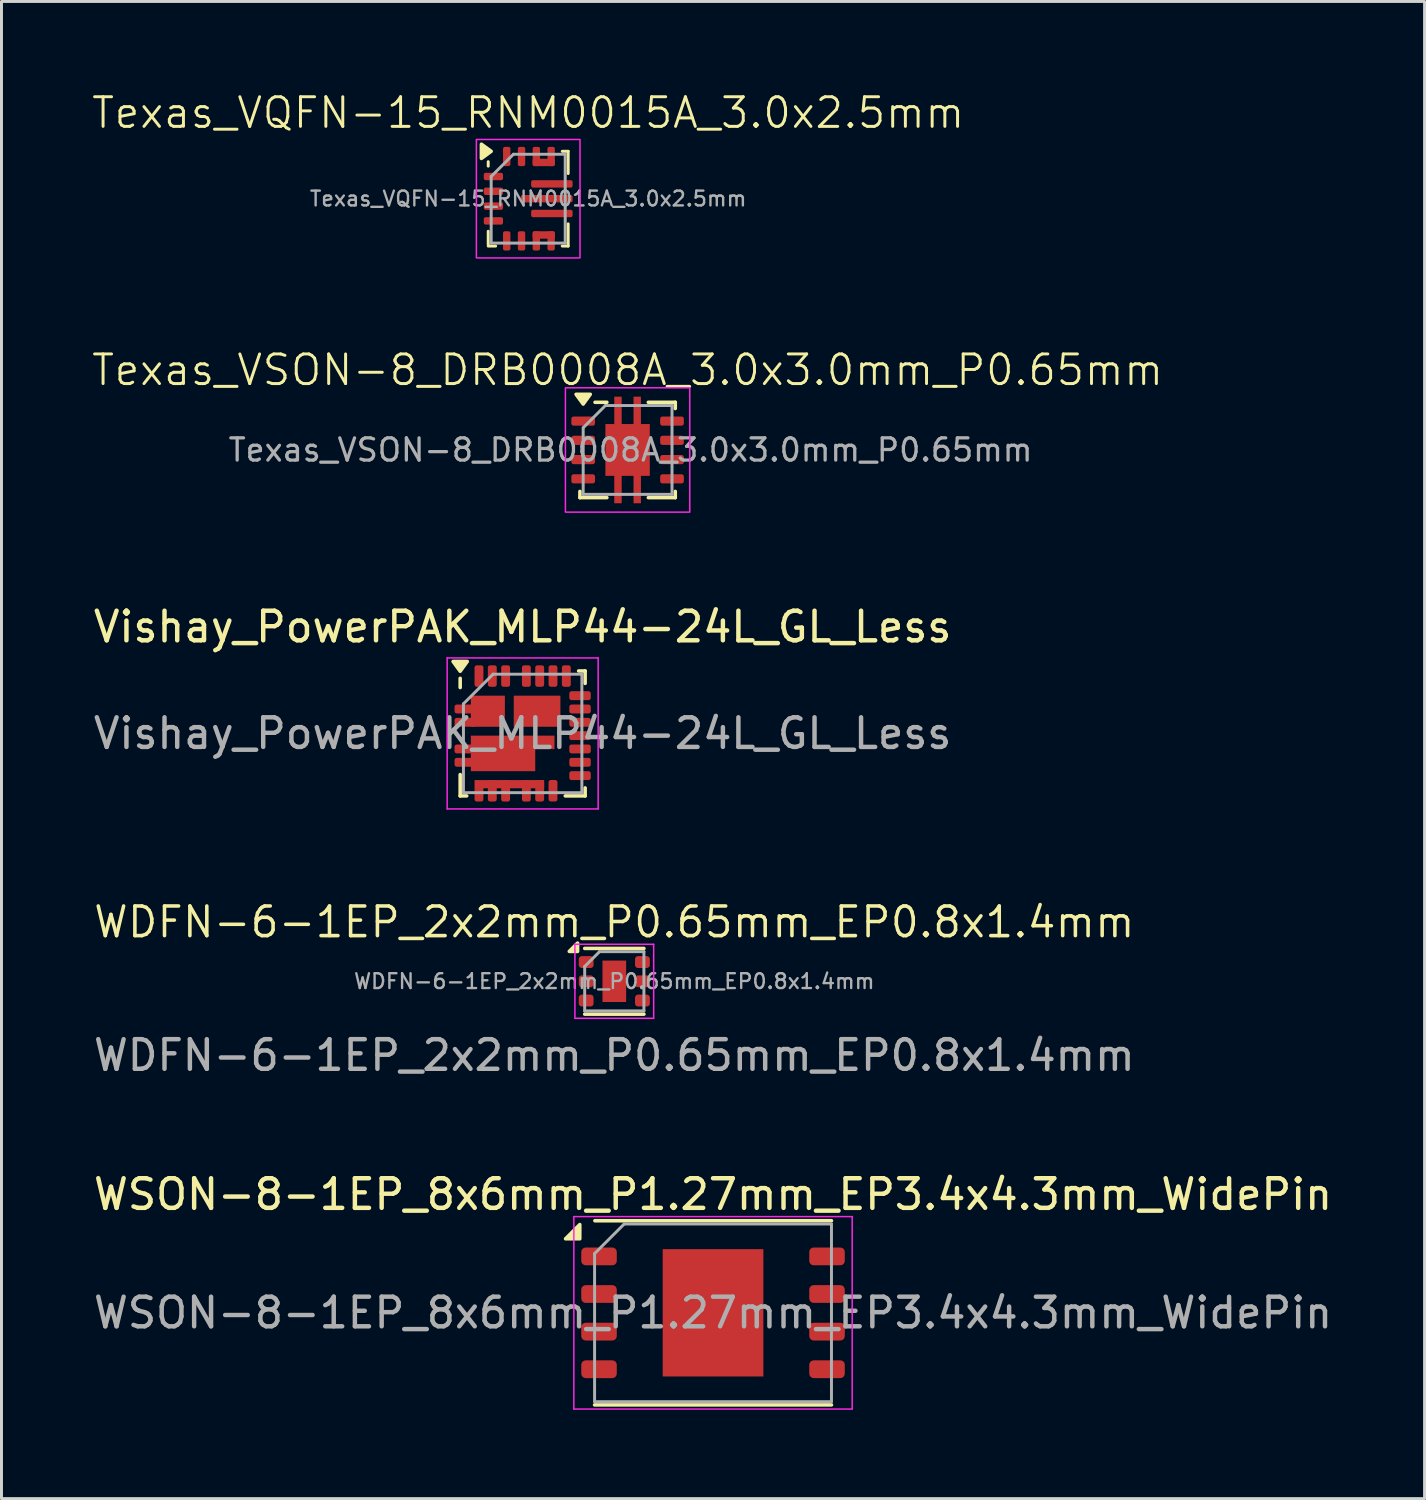
<source format=kicad_pcb>
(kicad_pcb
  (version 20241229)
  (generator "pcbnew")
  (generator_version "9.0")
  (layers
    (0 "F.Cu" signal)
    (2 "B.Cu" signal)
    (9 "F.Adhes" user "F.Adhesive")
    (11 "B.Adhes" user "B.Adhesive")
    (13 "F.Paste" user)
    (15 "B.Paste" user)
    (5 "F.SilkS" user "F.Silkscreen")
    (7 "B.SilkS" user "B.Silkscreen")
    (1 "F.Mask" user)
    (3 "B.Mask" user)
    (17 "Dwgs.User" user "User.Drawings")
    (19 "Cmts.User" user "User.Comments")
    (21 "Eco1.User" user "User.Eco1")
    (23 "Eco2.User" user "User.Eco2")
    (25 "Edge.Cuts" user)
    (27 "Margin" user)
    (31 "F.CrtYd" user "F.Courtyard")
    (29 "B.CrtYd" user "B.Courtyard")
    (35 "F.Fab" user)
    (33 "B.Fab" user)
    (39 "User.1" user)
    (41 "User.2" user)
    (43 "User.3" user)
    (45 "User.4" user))
  (footprint "WDFN-6-1EP_2x2mm_P0.65mm_EP0.8x1.4mm"
    (layer "F.Cu")
    (at 17.696 30.09)
    (property "Reference" "WDFN-6-1EP_2x2mm_P0.65mm_EP0.8x1.4mm" (at 0 -2 0) (unlocked yes) (layer "F.SilkS") (effects (font (size 1 1) (thickness 0.12))))
    (attr smd)
    (fp_line (start -1 -1.11) (end 1 -1.11) (stroke (width 0.12) (type solid)) (layer "F.SilkS"))
    (fp_line (start -1 1.11) (end 1 1.11) (stroke (width 0.12) (type solid)) (layer "F.SilkS"))
    (fp_poly (pts (xy -1.24 -1.01) (xy -1.52 -1.01) (xy -1.24 -1.29) (xy -1.24 -1.01)) (stroke (width 0.12) (type solid)) (fill yes) (layer "F.SilkS"))
    (fp_line (start -1.33 -1.25) (end -1.33 1.25) (stroke (width 0.05) (type solid)) (layer "F.CrtYd"))
    (fp_line (start -1.33 1.25) (end 1.33 1.25) (stroke (width 0.05) (type solid)) (layer "F.CrtYd"))
    (fp_line (start 1.33 -1.25) (end -1.33 -1.25) (stroke (width 0.05) (type solid)) (layer "F.CrtYd"))
    (fp_line (start 1.33 1.25) (end 1.33 -1.25) (stroke (width 0.05) (type solid)) (layer "F.CrtYd"))
    (fp_line (start -1 -0.5) (end -0.5 -1) (stroke (width 0.1) (type solid)) (layer "F.Fab"))
    (fp_line (start -1 1) (end -1 -0.5) (stroke (width 0.1) (type solid)) (layer "F.Fab"))
    (fp_line (start -0.5 -1) (end 1 -1) (stroke (width 0.1) (type solid)) (layer "F.Fab"))
    (fp_line (start 1 -1) (end 1 1) (stroke (width 0.1) (type solid)) (layer "F.Fab"))
    (fp_line (start 1 1) (end -1 1) (stroke (width 0.1) (type solid)) (layer "F.Fab"))
    (fp_text user "${REFERENCE}" (at 0 0 0) (layer "F.Fab") (effects (font (size 0.5 0.5) (thickness 0.08))))
    (fp_text user "${REFERENCE}" (at 0 2.5 0) (unlocked yes) (layer "F.Fab") (effects (font (size 1 1) (thickness 0.15))))
    (pad "1" smd roundrect (at -0.95 -0.65) (size 0.5 0.4) (layers "F.Cu" "F.Mask" "F.Paste") (roundrect_rratio 0.25))
    (pad "2" smd roundrect (at -0.95 0) (size 0.5 0.4) (layers "F.Cu" "F.Mask" "F.Paste") (roundrect_rratio 0.25))
    (pad "3" smd roundrect (at -0.95 0.65) (size 0.5 0.4) (layers "F.Cu" "F.Mask" "F.Paste") (roundrect_rratio 0.25))
    (pad "4" smd roundrect (at 0.95 0.65) (size 0.5 0.4) (layers "F.Cu" "F.Mask" "F.Paste") (roundrect_rratio 0.25))
    (pad "5" smd roundrect (at 0.95 0) (size 0.5 0.4) (layers "F.Cu" "F.Mask" "F.Paste") (roundrect_rratio 0.25))
    (pad "6" smd roundrect (at 0.95 -0.65) (size 0.5 0.4) (layers "F.Cu" "F.Mask" "F.Paste") (roundrect_rratio 0.25))
    (pad "7" smd rect (at 0 0) (size 0.8 1.4) (property pad_prop_heatsink) (layers "F.Cu" "F.Mask")))
  (footprint "WSON-8-1EP_8x6mm_P1.27mm_EP3.4x4.3mm_WidePin"
    (layer "F.Cu")
    (at 21.03 41.286)
    (property "Reference" "WSON-8-1EP_8x6mm_P1.27mm_EP3.4x4.3mm_WidePin" (at 0 -4 0) (unlocked yes) (layer "F.SilkS") (effects (font (size 1 1) (thickness 0.15))))
    (attr smd)
    (fp_line (start -4 3.11) (end 4 3.11) (stroke (width 0.12) (type solid)) (layer "F.SilkS"))
    (fp_line (start -3.99 -3.11) (end 4 -3.11) (stroke (width 0.12) (type solid)) (layer "F.SilkS"))
    (fp_poly (pts (xy -4.5 -2.5) (xy -4.98 -2.5) (xy -4.5 -2.98) (xy -4.5 -2.5)) (stroke (width 0.12) (type solid)) (fill yes) (layer "F.SilkS"))
    (fp_line (start -4.7 -3.25) (end -4.7 3.25) (stroke (width 0.05) (type solid)) (layer "F.CrtYd"))
    (fp_line (start -4.7 3.25) (end 4.7 3.25) (stroke (width 0.05) (type solid)) (layer "F.CrtYd"))
    (fp_line (start 4.7 -3.25) (end -4.7 -3.25) (stroke (width 0.05) (type solid)) (layer "F.CrtYd"))
    (fp_line (start 4.7 3.25) (end 4.7 -3.25) (stroke (width 0.05) (type solid)) (layer "F.CrtYd"))
    (fp_line (start -4 -2) (end -3 -3) (stroke (width 0.1) (type solid)) (layer "F.Fab"))
    (fp_line (start -4 3) (end -4 -2) (stroke (width 0.1) (type solid)) (layer "F.Fab"))
    (fp_line (start -3 -3) (end 4 -3) (stroke (width 0.1) (type solid)) (layer "F.Fab"))
    (fp_line (start 4 -3) (end 4 3) (stroke (width 0.1) (type solid)) (layer "F.Fab"))
    (fp_line (start 4 3) (end -4 3) (stroke (width 0.1) (type solid)) (layer "F.Fab"))
    (fp_text user "${REFERENCE}" (at 0 0 0) (layer "F.Fab") (effects (font (size 1 1) (thickness 0.15))))
    (pad "" smd roundrect (at -0.85 -1.075) (size 1.37 1.73) (layers "F.Paste") (roundrect_rratio 0.182))
    (pad "" smd roundrect (at -0.85 1.075) (size 1.37 1.73) (layers "F.Paste") (roundrect_rratio 0.182))
    (pad "" smd roundrect (at 0.85 -1.075) (size 1.37 1.73) (layers "F.Paste") (roundrect_rratio 0.182))
    (pad "" smd roundrect (at 0.85 1.075) (size 1.37 1.73) (layers "F.Paste") (roundrect_rratio 0.182))
    (pad "1" smd roundrect (at -3.85 -1.905) (size 1.2 0.6) (layers "F.Cu" "F.Mask" "F.Paste") (roundrect_rratio 0.25))
    (pad "2" smd roundrect (at -3.85 -0.635) (size 1.2 0.6) (layers "F.Cu" "F.Mask" "F.Paste") (roundrect_rratio 0.25))
    (pad "3" smd roundrect (at -3.85 0.635) (size 1.2 0.6) (layers "F.Cu" "F.Mask" "F.Paste") (roundrect_rratio 0.25))
    (pad "4" smd roundrect (at -3.85 1.905) (size 1.2 0.6) (layers "F.Cu" "F.Mask" "F.Paste") (roundrect_rratio 0.25))
    (pad "5" smd roundrect (at 3.85 1.905) (size 1.2 0.6) (layers "F.Cu" "F.Mask" "F.Paste") (roundrect_rratio 0.25))
    (pad "6" smd roundrect (at 3.85 0.635) (size 1.2 0.6) (layers "F.Cu" "F.Mask" "F.Paste") (roundrect_rratio 0.25))
    (pad "7" smd roundrect (at 3.85 -0.635) (size 1.2 0.6) (layers "F.Cu" "F.Mask" "F.Paste") (roundrect_rratio 0.25))
    (pad "8" smd roundrect (at 3.85 -1.905) (size 1.2 0.6) (layers "F.Cu" "F.Mask" "F.Paste") (roundrect_rratio 0.25))
    (pad "9" smd rect (at 0 0) (size 3.4 4.3) (property pad_prop_heatsink) (layers "F.Cu" "F.Mask")))
  (footprint "Texas_VSON-8_DRB0008A_3.0x3.0mm_P0.65mm"
    (layer "F.Cu")
    (at 18.145 12.146)
    (property "Reference" "Texas_VSON-8_DRB0008A_3.0x3.0mm_P0.65mm" (at 0 -2.7 0) (unlocked yes) (layer "F.SilkS") (effects (font (size 1 1) (thickness 0.1))))
    (attr smd)
    (fp_line (start -1.61 1.4) (end -1.61 1.61) (stroke (width 0.12) (type default)) (layer "F.SilkS"))
    (fp_line (start -1.61 1.61) (end -0.7 1.61) (stroke (width 0.12) (type default)) (layer "F.SilkS"))
    (fp_line (start -1.1 -1.61) (end -0.7 -1.61) (stroke (width 0.12) (type default)) (layer "F.SilkS"))
    (fp_line (start 0.7 -1.61) (end 1.61 -1.61) (stroke (width 0.12) (type default)) (layer "F.SilkS"))
    (fp_line (start 0.7 1.61) (end 1.61 1.61) (stroke (width 0.12) (type default)) (layer "F.SilkS"))
    (fp_line (start 1.61 -1.61) (end 1.61 -1.4) (stroke (width 0.12) (type default)) (layer "F.SilkS"))
    (fp_line (start 1.61 1.4) (end 1.61 1.61) (stroke (width 0.12) (type default)) (layer "F.SilkS"))
    (fp_poly (pts (xy -1.5 -1.55) (xy -1.74 -1.88) (xy -1.26 -1.88) (xy -1.5 -1.55)) (stroke (width 0.12) (type solid)) (fill yes) (layer "F.SilkS"))
    (fp_rect (start -0.6 -0.7) (end 0.6 0.7) (stroke (width 0.1) (type solid)) (fill yes) (layer "F.Paste"))
    (fp_rect (start -0.45 -1.8) (end -0.2 -1.05) (stroke (width 0) (type solid)) (fill yes) (layer "F.Paste"))
    (fp_rect (start -0.45 1.05) (end -0.2 1.8) (stroke (width 0) (type solid)) (fill yes) (layer "F.Paste"))
    (fp_rect (start 0.2 -1.8) (end 0.45 -1.05) (stroke (width 0) (type solid)) (fill yes) (layer "F.Paste"))
    (fp_rect (start 0.2 1.05) (end 0.45 1.8) (stroke (width 0) (type solid)) (fill yes) (layer "F.Paste"))
    (fp_rect (start -2.1 -2.1) (end 2.1 2.1) (stroke (width 0.05) (type default)) (fill no) (layer "F.CrtYd"))
    (fp_line (start -1.5 -0.75) (end -0.75 -1.5) (stroke (width 0.1) (type default)) (layer "F.Fab"))
    (fp_line (start -1.5 1.5) (end -1.5 -0.75) (stroke (width 0.1) (type default)) (layer "F.Fab"))
    (fp_line (start -1.5 1.5) (end 1.5 1.5) (stroke (width 0.1) (type default)) (layer "F.Fab"))
    (fp_line (start 1.5 -1.5) (end -0.75 -1.5) (stroke (width 0.1) (type default)) (layer "F.Fab"))
    (fp_line (start 1.5 1.5) (end 1.5 -1.5) (stroke (width 0.1) (type default)) (layer "F.Fab"))
    (fp_text user "${REFERENCE}" (at 0.1 0 0) (unlocked yes) (layer "F.Fab") (effects (font (size 0.75 0.75) (thickness 0.11))))
    (pad "1" smd roundrect (at -1.5 -0.975) (size 0.8 0.31) (layers "F.Cu" "F.Mask" "F.Paste") (roundrect_rratio 0.25))
    (pad "2" smd roundrect (at -1.5 -0.325) (size 0.8 0.31) (layers "F.Cu" "F.Mask" "F.Paste") (roundrect_rratio 0.25))
    (pad "3" smd roundrect (at -1.5 0.325) (size 0.8 0.31) (layers "F.Cu" "F.Mask" "F.Paste") (roundrect_rratio 0.25))
    (pad "4" smd roundrect (at -1.5 0.975) (size 0.8 0.31) (layers "F.Cu" "F.Mask" "F.Paste") (roundrect_rratio 0.25))
    (pad "5" smd roundrect (at 1.5 0.975) (size 0.8 0.31) (layers "F.Cu" "F.Mask" "F.Paste") (roundrect_rratio 0.25))
    (pad "6" smd roundrect (at 1.5 0.325) (size 0.8 0.31) (layers "F.Cu" "F.Mask" "F.Paste") (roundrect_rratio 0.25))
    (pad "7" smd roundrect (at 1.5 -0.325) (size 0.8 0.31) (layers "F.Cu" "F.Mask" "F.Paste") (roundrect_rratio 0.25))
    (pad "8" smd roundrect (at 1.5 -0.975) (size 0.8 0.31) (layers "F.Cu" "F.Mask" "F.Paste") (roundrect_rratio 0.25))
    (pad "9" smd custom (at 0 0) (size 1.5 1.75) (layers "F.Cu" "F.Mask") (options (anchor rect)) (primitives (gr_rect (start 0.2 0.775) (end 0.45 1.8) (width 0) (fill yes)) (gr_rect (start -0.45 -1.8) (end -0.2 -0.775) (width 0) (fill yes)) (gr_rect (start -0.45 0.775) (end -0.2 1.8) (width 0) (fill yes)) (gr_rect (start 0.2 -1.8) (end 0.45 -0.775) (width 0) (fill yes)))))
  (footprint "Vishay_PowerPAK_MLP44-24L_GL_Less"
    (layer "F.Cu")
    (at 14.601 21.719)
    (property "Reference" "Vishay_PowerPAK_MLP44-24L_GL_Less" (at 0 -3.6 0) (layer "F.SilkS") (effects (font (size 1 1) (thickness 0.15))))
    (attr smd)
    (fp_line (start -2.11 -1.55) (end -2.11 -1.86) (stroke (width 0.12) (type solid)) (layer "F.SilkS"))
    (fp_line (start -2.11 2.11) (end -2.11 1.39) (stroke (width 0.12) (type solid)) (layer "F.SilkS"))
    (fp_line (start -1.89 2.11) (end -2.11 2.11) (stroke (width 0.12) (type solid)) (layer "F.SilkS"))
    (fp_line (start 1.44 2.11) (end 2.11 2.11) (stroke (width 0.12) (type solid)) (layer "F.SilkS"))
    (fp_line (start 1.89 -2.11) (end 2.11 -2.11) (stroke (width 0.12) (type solid)) (layer "F.SilkS"))
    (fp_line (start 2.11 -2.11) (end 2.11 -1.69) (stroke (width 0.12) (type solid)) (layer "F.SilkS"))
    (fp_line (start 2.11 2.11) (end 2.11 1.84) (stroke (width 0.12) (type solid)) (layer "F.SilkS"))
    (fp_poly (pts (xy -2.11 -2.1) (xy -2.35 -2.43) (xy -1.87 -2.43) (xy -2.11 -2.1)) (stroke (width 0.12) (type solid)) (fill yes) (layer "F.SilkS"))
    (fp_line (start -2.55 -2.55) (end 2.55 -2.55) (stroke (width 0.05) (type solid)) (layer "F.CrtYd"))
    (fp_line (start -2.55 2.55) (end -2.55 -2.55) (stroke (width 0.05) (type solid)) (layer "F.CrtYd"))
    (fp_line (start 2.55 -2.55) (end 2.55 2.55) (stroke (width 0.05) (type solid)) (layer "F.CrtYd"))
    (fp_line (start 2.55 2.55) (end -2.55 2.55) (stroke (width 0.05) (type solid)) (layer "F.CrtYd"))
    (fp_line (start -2 -1) (end -2 2) (stroke (width 0.1) (type solid)) (layer "F.Fab"))
    (fp_line (start -2 2) (end 2 2) (stroke (width 0.1) (type solid)) (layer "F.Fab"))
    (fp_line (start -1 -2) (end -2 -1) (stroke (width 0.1) (type solid)) (layer "F.Fab"))
    (fp_line (start 2 -2) (end -1 -2) (stroke (width 0.1) (type solid)) (layer "F.Fab"))
    (fp_line (start 2 2) (end 2 -2) (stroke (width 0.1) (type solid)) (layer "F.Fab"))
    (fp_text user "${REFERENCE}" (at 0 0 0) (layer "F.Fab") (effects (font (size 1 1) (thickness 0.15))))
    (pad "1" smd roundrect (at -1.938 -0.825 90) (size 0.3 0.725) (layers "F.Cu" "F.Mask" "F.Paste") (roundrect_rratio 0.25))
    (pad "2" smd roundrect (at -1.938 -0.375 90) (size 0.3 0.725) (layers "F.Cu" "F.Mask" "F.Paste") (roundrect_rratio 0.25))
    (pad "3" smd roundrect (at -1.938 0.525 90) (size 0.3 0.725) (layers "F.Cu" "F.Mask" "F.Paste") (roundrect_rratio 0.25))
    (pad "4" smd roundrect (at -1.938 0.975 90) (size 0.3 0.725) (layers "F.Cu" "F.Mask" "F.Paste") (roundrect_rratio 0.25))
    (pad "5" smd custom (at -1.475 1.938) (size 0.3 0.725) (layers "F.Cu" "F.Mask" "F.Paste") (options (anchor circle)) (primitives (gr_poly (pts (xy -0.15 -0.287) (xy -0.144 -0.316) (xy -0.128 -0.341) (xy -0.104 -0.357) (xy -0.075 -0.362) (xy 0.075 -0.362) (xy 0.104 -0.357) (xy 0.128 -0.341) (xy 0.144 -0.316) (xy 0.15 -0.287) (xy 0.15 0.287) (xy 0.144 0.316) (xy 0.128 0.341) (xy 0.104 0.357) (xy 0.075 0.362) (xy -0.075 0.362) (xy -0.104 0.357) (xy -0.128 0.341) (xy -0.144 0.316) (xy -0.15 0.287)) (width 0) (fill yes)) (gr_poly (pts (xy -0.15 -0.362) (xy 2.2 -0.362) (xy 2.2 -0.087) (xy -0.15 -0.087)) (width 0) (fill yes))))
    (pad "6" smd roundrect (at -1.025 1.938) (size 0.3 0.725) (layers "F.Cu" "F.Mask" "F.Paste") (roundrect_rratio 0.25))
    (pad "7" smd roundrect (at -0.575 1.938) (size 0.3 0.725) (layers "F.Cu" "F.Mask" "F.Paste") (roundrect_rratio 0.25))
    (pad "8" smd roundrect (at 0.125 1.938) (size 0.3 0.725) (layers "F.Cu" "F.Mask" "F.Paste") (roundrect_rratio 0.25))
    (pad "9" smd roundrect (at 0.575 1.938) (size 0.3 0.725) (layers "F.Cu" "F.Mask" "F.Paste") (roundrect_rratio 0.25))
    (pad "10" smd roundrect (at 1.025 1.935) (size 0.3 0.725) (layers "F.Cu" "F.Mask" "F.Paste") (roundrect_rratio 0.25))
    (pad "11" smd roundrect (at 1.938 1.425 90) (size 0.3 0.725) (layers "F.Cu" "F.Mask" "F.Paste") (roundrect_rratio 0.25))
    (pad "12" smd roundrect (at 1.938 0.975 90) (size 0.3 0.725) (layers "F.Cu" "F.Mask" "F.Paste") (roundrect_rratio 0.25))
    (pad "13" smd roundrect (at 1.938 0.525 90) (size 0.3 0.725) (layers "F.Cu" "F.Mask" "F.Paste") (roundrect_rratio 0.25))
    (pad "14" smd roundrect (at 1.938 0.075 90) (size 0.3 0.725) (layers "F.Cu" "F.Mask" "F.Paste") (roundrect_rratio 0.25))
    (pad "15" smd roundrect (at 1.938 -0.375 90) (size 0.3 0.725) (layers "F.Cu" "F.Mask" "F.Paste") (roundrect_rratio 0.25))
    (pad "16" smd roundrect (at 1.938 -0.825 90) (size 0.3 0.725) (layers "F.Cu" "F.Mask" "F.Paste") (roundrect_rratio 0.25))
    (pad "17" smd roundrect (at 1.938 -1.275 90) (size 0.3 0.725) (layers "F.Cu" "F.Mask" "F.Paste") (roundrect_rratio 0.25))
    (pad "18" smd roundrect (at 1.475 -1.938) (size 0.3 0.725) (layers "F.Cu" "F.Mask" "F.Paste") (roundrect_rratio 0.25))
    (pad "19" smd roundrect (at 1.025 -1.938) (size 0.3 0.725) (layers "F.Cu" "F.Mask" "F.Paste") (roundrect_rratio 0.25))
    (pad "20" smd roundrect (at 0.575 -1.938) (size 0.3 0.725) (layers "F.Cu" "F.Mask" "F.Paste") (roundrect_rratio 0.25))
    (pad "21" smd roundrect (at 0.125 -1.938) (size 0.3 0.725) (layers "F.Cu" "F.Mask" "F.Paste") (roundrect_rratio 0.25))
    (pad "22" smd roundrect (at -0.575 -1.938) (size 0.3 0.725) (layers "F.Cu" "F.Mask" "F.Paste") (roundrect_rratio 0.25))
    (pad "23" smd roundrect (at -1.025 -1.938) (size 0.3 0.725) (layers "F.Cu" "F.Mask" "F.Paste") (roundrect_rratio 0.25))
    (pad "24" smd roundrect (at -1.475 -1.938) (size 0.3 0.725) (layers "F.Cu" "F.Mask" "F.Paste") (roundrect_rratio 0.25))
    (pad "25" smd rect (at 0.487 -0.75 180) (size 1.575 1.05) (layers "F.Cu" "F.Mask" "F.Paste"))
    (pad "26" smd rect (at -1.175 -0.75 180) (size 1.15 1.05) (layers "F.Cu" "F.Mask" "F.Paste"))
    (pad "27" smd custom (at -0.75 0.775) (size 1 1) (layers "F.Cu" "F.Mask" "F.Paste") (options (anchor rect)) (primitives (gr_poly (pts (xy -1 0.5) (xy -1 -0.7) (xy 1.825 -0.7) (xy 1.825 -0.245) (xy 1.175 -0.245) (xy 1.175 0.5)) (width 0) (fill yes)))))
  (footprint "Texas_VQFN-15_RNM0015A_3.0x2.5mm"
    (layer "F.Cu")
    (at 14.788 3.66)
    (property "Reference" "Texas_VQFN-15_RNM0015A_3.0x2.5mm" (at 0 -2.9 0) (unlocked yes) (layer "F.SilkS") (effects (font (size 1 1) (thickness 0.1))))
    (attr smd)
    (fp_line (start -1.35 -1.1) (end -1.35 -1.25) (stroke (width 0.1) (type default)) (layer "F.SilkS"))
    (fp_line (start -1.35 1.55) (end -1.35 1.1) (stroke (width 0.1) (type default)) (layer "F.SilkS"))
    (fp_line (start -1.1 1.6) (end -1.35 1.6) (stroke (width 0.1) (type default)) (layer "F.SilkS"))
    (fp_line (start 1.35 -1.6) (end 1.15 -1.6) (stroke (width 0.1) (type default)) (layer "F.SilkS"))
    (fp_line (start 1.35 -0.85) (end 1.35 -1.6) (stroke (width 0.1) (type default)) (layer "F.SilkS"))
    (fp_line (start 1.35 1.6) (end 1.15 1.6) (stroke (width 0.1) (type default)) (layer "F.SilkS"))
    (fp_line (start 1.35 1.6) (end 1.35 0.85) (stroke (width 0.1) (type default)) (layer "F.SilkS"))
    (fp_poly (pts (xy -1.25 -1.6) (xy -1.58 -1.36) (xy -1.58 -1.84) (xy -1.25 -1.6)) (stroke (width 0.12) (type solid)) (fill yes) (layer "F.SilkS"))
    (fp_rect (start -1.75 -2) (end 1.75 2) (stroke (width 0.05) (type default)) (fill no) (layer "F.CrtYd"))
    (fp_line (start -1.25 -0.75) (end -0.5 -1.5) (stroke (width 0.1) (type default)) (layer "F.Fab"))
    (fp_line (start -1.25 1.5) (end -1.25 -0.75) (stroke (width 0.1) (type default)) (layer "F.Fab"))
    (fp_line (start -0.5 -1.5) (end 1.25 -1.5) (stroke (width 0.1) (type default)) (layer "F.Fab"))
    (fp_line (start 1.25 -1.5) (end 1.25 1.5) (stroke (width 0.1) (type default)) (layer "F.Fab"))
    (fp_line (start 1.25 1.5) (end -1.25 1.5) (stroke (width 0.1) (type default)) (layer "F.Fab"))
    (fp_text user "${REFERENCE}" (at 0 0 0) (unlocked yes) (layer "F.Fab") (effects (font (size 0.5 0.5) (thickness 0.08))))
    (pad "1" smd roundrect (at -1.175 -0.75) (size 0.65 0.25) (layers "F.Cu" "F.Mask" "F.Paste") (roundrect_rratio 0.25))
    (pad "2" smd roundrect (at -1.175 -0.25) (size 0.65 0.25) (layers "F.Cu" "F.Mask" "F.Paste") (roundrect_rratio 0.25))
    (pad "3" smd roundrect (at -1.175 0.25) (size 0.65 0.25) (layers "F.Cu" "F.Mask" "F.Paste") (roundrect_rratio 0.25))
    (pad "4" smd roundrect (at -1.175 0.75) (size 0.65 0.25) (layers "F.Cu" "F.Mask" "F.Paste") (roundrect_rratio 0.25))
    (pad "5" smd roundrect (at -0.725 1.425) (size 0.25 0.65) (layers "F.Cu" "F.Mask" "F.Paste") (roundrect_rratio 0.25))
    (pad "6" smd roundrect (at -0.225 1.425) (size 0.25 0.65) (layers "F.Cu" "F.Mask" "F.Paste") (roundrect_rratio 0.25))
    (pad "7" smd roundrect (at 0.275 1.425) (size 0.25 0.65) (layers "F.Cu" "F.Mask" "F.Paste") (roundrect_rratio 0.25))
    (pad "8" smd roundrect (at 0.525 1.225 270) (size 0.25 0.75) (layers "F.Cu" "F.Mask" "F.Paste") (roundrect_rratio 0.25))
    (pad "8" smd roundrect (at 0.775 1.425) (size 0.25 0.65) (layers "F.Cu" "F.Mask" "F.Paste") (roundrect_rratio 0.25))
    (pad "9" smd roundrect (at 0.8 0.5) (size 1.4 0.25) (layers "F.Cu" "F.Mask" "F.Paste") (roundrect_rratio 0.25))
    (pad "10" smd roundrect (at 0.625 0) (size 1.75 0.25) (layers "F.Cu" "F.Mask" "F.Paste") (roundrect_rratio 0.25))
    (pad "11" smd roundrect (at 0.8 -0.5) (size 1.4 0.25) (layers "F.Cu" "F.Mask" "F.Paste") (roundrect_rratio 0.25))
    (pad "12" smd roundrect (at 0.525 -1.225 270) (size 0.25 0.75) (layers "F.Cu" "F.Mask" "F.Paste") (roundrect_rratio 0.25))
    (pad "12" smd roundrect (at 0.775 -1.425) (size 0.25 0.65) (layers "F.Cu" "F.Mask" "F.Paste") (roundrect_rratio 0.25))
    (pad "13" smd roundrect (at 0.275 -1.425) (size 0.25 0.65) (layers "F.Cu" "F.Mask" "F.Paste") (roundrect_rratio 0.25))
    (pad "14" smd roundrect (at -0.225 -1.425) (size 0.25 0.65) (layers "F.Cu" "F.Mask" "F.Paste") (roundrect_rratio 0.25))
    (pad "15" smd roundrect (at -0.725 -1.425) (size 0.25 0.65) (layers "F.Cu" "F.Mask" "F.Paste") (roundrect_rratio 0.25)))
  (gr_rect
    (start -3 -3)
    (end 45.06 47.561)
    (stroke (width 0.1) (type default))
    (fill no)
    (layer "Edge.Cuts")))
</source>
